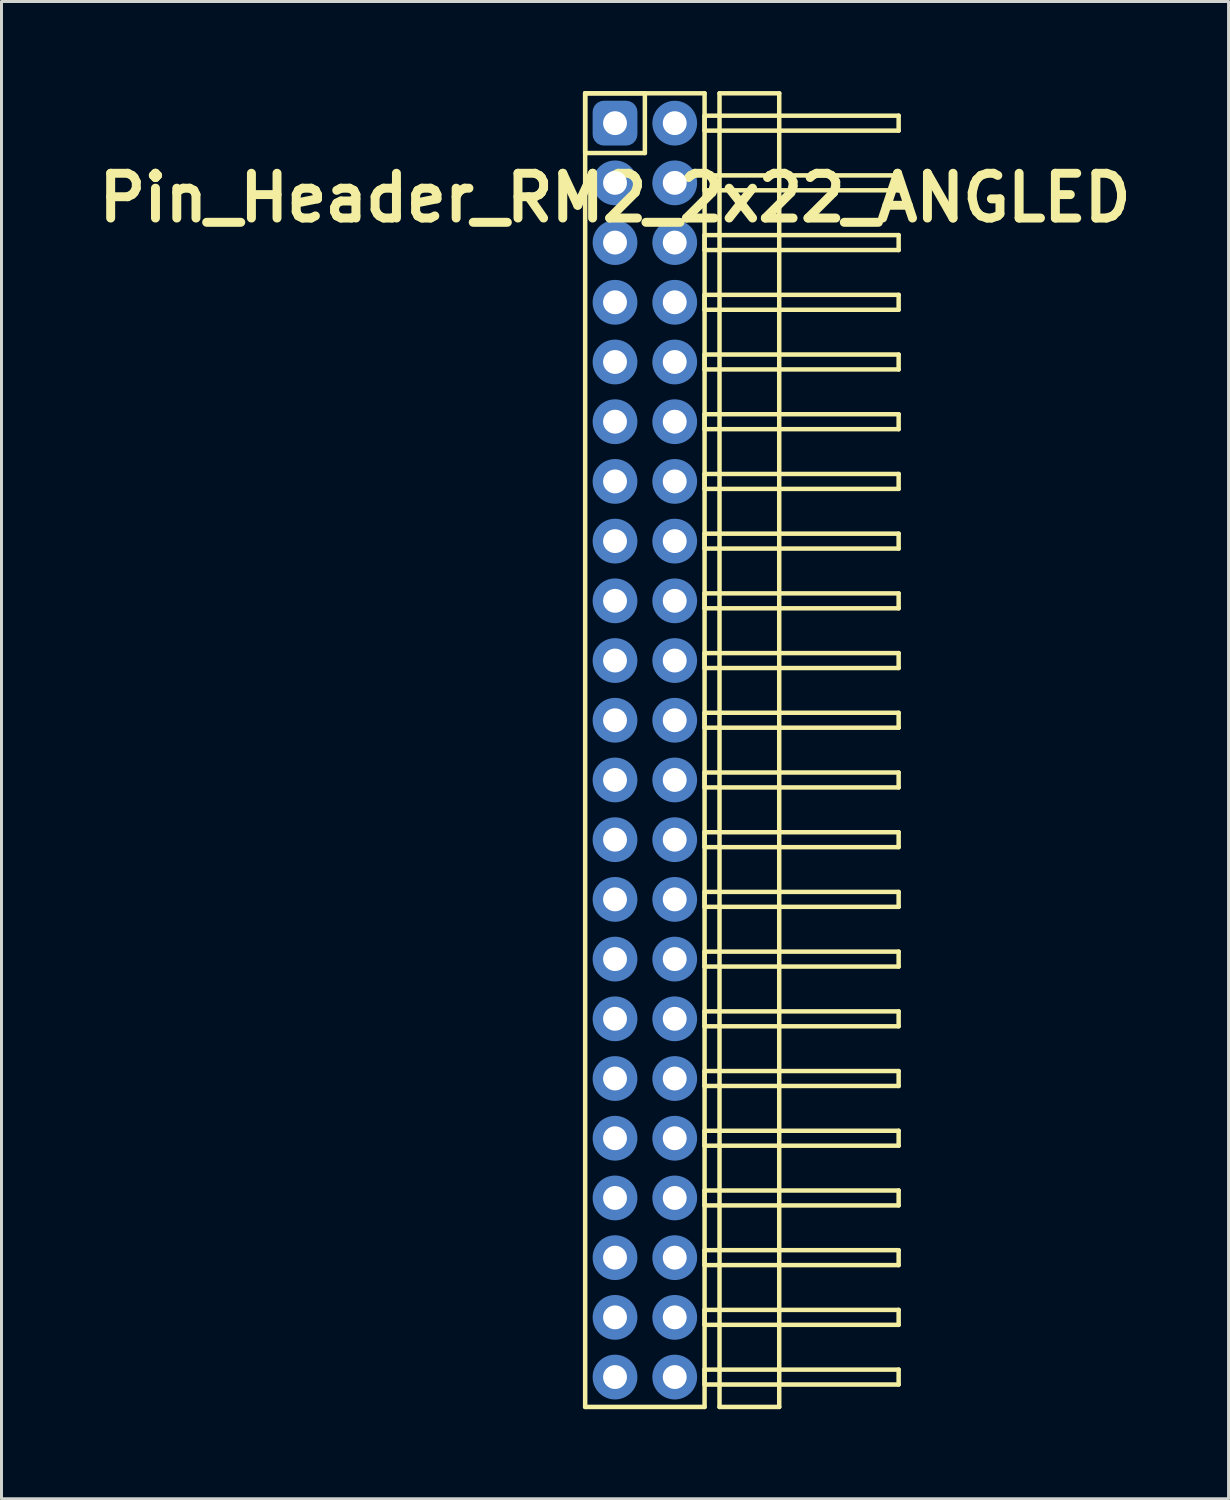
<source format=kicad_pcb>
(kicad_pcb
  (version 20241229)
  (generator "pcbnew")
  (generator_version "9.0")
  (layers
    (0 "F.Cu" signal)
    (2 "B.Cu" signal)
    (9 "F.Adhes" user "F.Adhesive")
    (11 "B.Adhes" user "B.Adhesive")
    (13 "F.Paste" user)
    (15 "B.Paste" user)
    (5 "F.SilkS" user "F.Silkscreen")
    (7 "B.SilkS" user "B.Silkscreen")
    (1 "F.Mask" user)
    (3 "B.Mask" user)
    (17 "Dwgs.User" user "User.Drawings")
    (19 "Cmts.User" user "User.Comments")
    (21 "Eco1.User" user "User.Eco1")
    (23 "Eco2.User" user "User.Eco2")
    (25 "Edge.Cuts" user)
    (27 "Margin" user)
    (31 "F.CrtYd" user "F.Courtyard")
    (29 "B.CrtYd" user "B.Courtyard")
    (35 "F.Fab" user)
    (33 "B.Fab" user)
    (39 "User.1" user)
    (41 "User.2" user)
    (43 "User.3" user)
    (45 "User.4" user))
  (footprint "Pin_Header_RM2_2x22_ANGLED"
    (layer "F.Cu")
    (at 17.55 1.075)
    (property "Reference" "Pin_Header_RM2_2x22_ANGLED" (at 0 2.5 0) (layer "F.SilkS") (effects (font (size 1.5 1.5) (thickness 0.3))))
    (attr through_hole)
    (fp_line (start -1 -1) (end 1 -1) (stroke (width 0.15) (type solid)) (layer "F.SilkS"))
    (fp_line (start -1 -1) (end 3 -1) (stroke (width 0.15) (type solid)) (layer "F.SilkS"))
    (fp_line (start -1 1) (end -1 -1) (stroke (width 0.15) (type solid)) (layer "F.SilkS"))
    (fp_line (start -1 43) (end -1 -1) (stroke (width 0.15) (type solid)) (layer "F.SilkS"))
    (fp_line (start 1 -1) (end 1 1) (stroke (width 0.15) (type solid)) (layer "F.SilkS"))
    (fp_line (start 1 1) (end -1 1) (stroke (width 0.15) (type solid)) (layer "F.SilkS"))
    (fp_line (start 3 -1) (end 3 43) (stroke (width 0.15) (type solid)) (layer "F.SilkS"))
    (fp_line (start 3 -0.25) (end 9.5 -0.25) (stroke (width 0.15) (type solid)) (layer "F.SilkS"))
    (fp_line (start 3 0.25) (end 3 -0.25) (stroke (width 0.15) (type solid)) (layer "F.SilkS"))
    (fp_line (start 3 1.75) (end 9.5 1.75) (stroke (width 0.15) (type solid)) (layer "F.SilkS"))
    (fp_line (start 3 2.25) (end 3 1.75) (stroke (width 0.15) (type solid)) (layer "F.SilkS"))
    (fp_line (start 3 3.75) (end 9.5 3.75) (stroke (width 0.15) (type solid)) (layer "F.SilkS"))
    (fp_line (start 3 4.25) (end 3 3.75) (stroke (width 0.15) (type solid)) (layer "F.SilkS"))
    (fp_line (start 3 5.75) (end 9.5 5.75) (stroke (width 0.15) (type solid)) (layer "F.SilkS"))
    (fp_line (start 3 6.25) (end 3 5.75) (stroke (width 0.15) (type solid)) (layer "F.SilkS"))
    (fp_line (start 3 7.75) (end 9.5 7.75) (stroke (width 0.15) (type solid)) (layer "F.SilkS"))
    (fp_line (start 3 8.25) (end 3 7.75) (stroke (width 0.15) (type solid)) (layer "F.SilkS"))
    (fp_line (start 3 9.75) (end 9.5 9.75) (stroke (width 0.15) (type solid)) (layer "F.SilkS"))
    (fp_line (start 3 10.25) (end 3 9.75) (stroke (width 0.15) (type solid)) (layer "F.SilkS"))
    (fp_line (start 3 11.75) (end 9.5 11.75) (stroke (width 0.15) (type solid)) (layer "F.SilkS"))
    (fp_line (start 3 12.25) (end 3 11.75) (stroke (width 0.15) (type solid)) (layer "F.SilkS"))
    (fp_line (start 3 13.75) (end 9.5 13.75) (stroke (width 0.15) (type solid)) (layer "F.SilkS"))
    (fp_line (start 3 14.25) (end 3 13.75) (stroke (width 0.15) (type solid)) (layer "F.SilkS"))
    (fp_line (start 3 15.75) (end 9.5 15.75) (stroke (width 0.15) (type solid)) (layer "F.SilkS"))
    (fp_line (start 3 16.25) (end 3 15.75) (stroke (width 0.15) (type solid)) (layer "F.SilkS"))
    (fp_line (start 3 17.75) (end 9.5 17.75) (stroke (width 0.15) (type solid)) (layer "F.SilkS"))
    (fp_line (start 3 18.25) (end 3 17.75) (stroke (width 0.15) (type solid)) (layer "F.SilkS"))
    (fp_line (start 3 19.75) (end 9.5 19.75) (stroke (width 0.15) (type solid)) (layer "F.SilkS"))
    (fp_line (start 3 20.25) (end 3 19.75) (stroke (width 0.15) (type solid)) (layer "F.SilkS"))
    (fp_line (start 3 21.75) (end 9.5 21.75) (stroke (width 0.15) (type solid)) (layer "F.SilkS"))
    (fp_line (start 3 22.25) (end 3 21.75) (stroke (width 0.15) (type solid)) (layer "F.SilkS"))
    (fp_line (start 3 23.75) (end 9.5 23.75) (stroke (width 0.15) (type solid)) (layer "F.SilkS"))
    (fp_line (start 3 24.25) (end 3 23.75) (stroke (width 0.15) (type solid)) (layer "F.SilkS"))
    (fp_line (start 3 25.75) (end 9.5 25.75) (stroke (width 0.15) (type solid)) (layer "F.SilkS"))
    (fp_line (start 3 26.25) (end 3 25.75) (stroke (width 0.15) (type solid)) (layer "F.SilkS"))
    (fp_line (start 3 27.75) (end 9.5 27.75) (stroke (width 0.15) (type solid)) (layer "F.SilkS"))
    (fp_line (start 3 28.25) (end 3 27.75) (stroke (width 0.15) (type solid)) (layer "F.SilkS"))
    (fp_line (start 3 29.75) (end 9.5 29.75) (stroke (width 0.15) (type solid)) (layer "F.SilkS"))
    (fp_line (start 3 30.25) (end 3 29.75) (stroke (width 0.15) (type solid)) (layer "F.SilkS"))
    (fp_line (start 3 31.75) (end 9.5 31.75) (stroke (width 0.15) (type solid)) (layer "F.SilkS"))
    (fp_line (start 3 32.25) (end 3 31.75) (stroke (width 0.15) (type solid)) (layer "F.SilkS"))
    (fp_line (start 3 33.75) (end 9.5 33.75) (stroke (width 0.15) (type solid)) (layer "F.SilkS"))
    (fp_line (start 3 34.25) (end 3 33.75) (stroke (width 0.15) (type solid)) (layer "F.SilkS"))
    (fp_line (start 3 35.75) (end 9.5 35.75) (stroke (width 0.15) (type solid)) (layer "F.SilkS"))
    (fp_line (start 3 36.25) (end 3 35.75) (stroke (width 0.15) (type solid)) (layer "F.SilkS"))
    (fp_line (start 3 37.75) (end 9.5 37.75) (stroke (width 0.15) (type solid)) (layer "F.SilkS"))
    (fp_line (start 3 38.25) (end 3 37.75) (stroke (width 0.15) (type solid)) (layer "F.SilkS"))
    (fp_line (start 3 39.75) (end 9.5 39.75) (stroke (width 0.15) (type solid)) (layer "F.SilkS"))
    (fp_line (start 3 40.25) (end 3 39.75) (stroke (width 0.15) (type solid)) (layer "F.SilkS"))
    (fp_line (start 3 41.75) (end 9.5 41.75) (stroke (width 0.15) (type solid)) (layer "F.SilkS"))
    (fp_line (start 3 42.25) (end 3 41.75) (stroke (width 0.15) (type solid)) (layer "F.SilkS"))
    (fp_line (start 3 43) (end -1 43) (stroke (width 0.15) (type solid)) (layer "F.SilkS"))
    (fp_line (start 3.5 -1) (end 5.5 -1) (stroke (width 0.15) (type solid)) (layer "F.SilkS"))
    (fp_line (start 3.5 43) (end 3.5 -1) (stroke (width 0.15) (type solid)) (layer "F.SilkS"))
    (fp_line (start 5.5 -1) (end 5.5 43) (stroke (width 0.15) (type solid)) (layer "F.SilkS"))
    (fp_line (start 5.5 43) (end 3.5 43) (stroke (width 0.15) (type solid)) (layer "F.SilkS"))
    (fp_line (start 9.5 -0.25) (end 9.5 0.25) (stroke (width 0.15) (type solid)) (layer "F.SilkS"))
    (fp_line (start 9.5 0.25) (end 3 0.25) (stroke (width 0.15) (type solid)) (layer "F.SilkS"))
    (fp_line (start 9.5 1.75) (end 9.5 2.25) (stroke (width 0.15) (type solid)) (layer "F.SilkS"))
    (fp_line (start 9.5 2.25) (end 3 2.25) (stroke (width 0.15) (type solid)) (layer "F.SilkS"))
    (fp_line (start 9.5 3.75) (end 9.5 4.25) (stroke (width 0.15) (type solid)) (layer "F.SilkS"))
    (fp_line (start 9.5 4.25) (end 3 4.25) (stroke (width 0.15) (type solid)) (layer "F.SilkS"))
    (fp_line (start 9.5 5.75) (end 9.5 6.25) (stroke (width 0.15) (type solid)) (layer "F.SilkS"))
    (fp_line (start 9.5 6.25) (end 3 6.25) (stroke (width 0.15) (type solid)) (layer "F.SilkS"))
    (fp_line (start 9.5 7.75) (end 9.5 8.25) (stroke (width 0.15) (type solid)) (layer "F.SilkS"))
    (fp_line (start 9.5 8.25) (end 3 8.25) (stroke (width 0.15) (type solid)) (layer "F.SilkS"))
    (fp_line (start 9.5 9.75) (end 9.5 10.25) (stroke (width 0.15) (type solid)) (layer "F.SilkS"))
    (fp_line (start 9.5 10.25) (end 3 10.25) (stroke (width 0.15) (type solid)) (layer "F.SilkS"))
    (fp_line (start 9.5 11.75) (end 9.5 12.25) (stroke (width 0.15) (type solid)) (layer "F.SilkS"))
    (fp_line (start 9.5 12.25) (end 3 12.25) (stroke (width 0.15) (type solid)) (layer "F.SilkS"))
    (fp_line (start 9.5 13.75) (end 9.5 14.25) (stroke (width 0.15) (type solid)) (layer "F.SilkS"))
    (fp_line (start 9.5 14.25) (end 3 14.25) (stroke (width 0.15) (type solid)) (layer "F.SilkS"))
    (fp_line (start 9.5 15.75) (end 9.5 16.25) (stroke (width 0.15) (type solid)) (layer "F.SilkS"))
    (fp_line (start 9.5 16.25) (end 3 16.25) (stroke (width 0.15) (type solid)) (layer "F.SilkS"))
    (fp_line (start 9.5 17.75) (end 9.5 18.25) (stroke (width 0.15) (type solid)) (layer "F.SilkS"))
    (fp_line (start 9.5 18.25) (end 3 18.25) (stroke (width 0.15) (type solid)) (layer "F.SilkS"))
    (fp_line (start 9.5 19.75) (end 9.5 20.25) (stroke (width 0.15) (type solid)) (layer "F.SilkS"))
    (fp_line (start 9.5 20.25) (end 3 20.25) (stroke (width 0.15) (type solid)) (layer "F.SilkS"))
    (fp_line (start 9.5 21.75) (end 9.5 22.25) (stroke (width 0.15) (type solid)) (layer "F.SilkS"))
    (fp_line (start 9.5 22.25) (end 3 22.25) (stroke (width 0.15) (type solid)) (layer "F.SilkS"))
    (fp_line (start 9.5 23.75) (end 9.5 24.25) (stroke (width 0.15) (type solid)) (layer "F.SilkS"))
    (fp_line (start 9.5 24.25) (end 3 24.25) (stroke (width 0.15) (type solid)) (layer "F.SilkS"))
    (fp_line (start 9.5 25.75) (end 9.5 26.25) (stroke (width 0.15) (type solid)) (layer "F.SilkS"))
    (fp_line (start 9.5 26.25) (end 3 26.25) (stroke (width 0.15) (type solid)) (layer "F.SilkS"))
    (fp_line (start 9.5 27.75) (end 9.5 28.25) (stroke (width 0.15) (type solid)) (layer "F.SilkS"))
    (fp_line (start 9.5 28.25) (end 3 28.25) (stroke (width 0.15) (type solid)) (layer "F.SilkS"))
    (fp_line (start 9.5 29.75) (end 9.5 30.25) (stroke (width 0.15) (type solid)) (layer "F.SilkS"))
    (fp_line (start 9.5 30.25) (end 3 30.25) (stroke (width 0.15) (type solid)) (layer "F.SilkS"))
    (fp_line (start 9.5 31.75) (end 9.5 32.25) (stroke (width 0.15) (type solid)) (layer "F.SilkS"))
    (fp_line (start 9.5 32.25) (end 3 32.25) (stroke (width 0.15) (type solid)) (layer "F.SilkS"))
    (fp_line (start 9.5 33.75) (end 9.5 34.25) (stroke (width 0.15) (type solid)) (layer "F.SilkS"))
    (fp_line (start 9.5 34.25) (end 3 34.25) (stroke (width 0.15) (type solid)) (layer "F.SilkS"))
    (fp_line (start 9.5 35.75) (end 9.5 36.25) (stroke (width 0.15) (type solid)) (layer "F.SilkS"))
    (fp_line (start 9.5 36.25) (end 3 36.25) (stroke (width 0.15) (type solid)) (layer "F.SilkS"))
    (fp_line (start 9.5 37.75) (end 9.5 38.25) (stroke (width 0.15) (type solid)) (layer "F.SilkS"))
    (fp_line (start 9.5 38.25) (end 3 38.25) (stroke (width 0.15) (type solid)) (layer "F.SilkS"))
    (fp_line (start 9.5 39.75) (end 9.5 40.25) (stroke (width 0.15) (type solid)) (layer "F.SilkS"))
    (fp_line (start 9.5 40.25) (end 3 40.25) (stroke (width 0.15) (type solid)) (layer "F.SilkS"))
    (fp_line (start 9.5 41.75) (end 9.5 42.25) (stroke (width 0.15) (type solid)) (layer "F.SilkS"))
    (fp_line (start 9.5 42.25) (end 3 42.25) (stroke (width 0.15) (type solid)) (layer "F.SilkS"))
    (pad "1" thru_hole circle (at 0 0) (size 1.1 1.1) (drill 0.8) (layers "*.Cu" "*.Mask"))
    (pad "1" smd roundrect (at 0 0) (size 1.25 1.25) (layers "F.Cu" "F.Mask") (roundrect_rratio 0.25))
    (pad "1" smd roundrect (at 0 0) (size 1.5 1.5) (layers "B.Cu" "B.Mask") (roundrect_rratio 0.25))
    (pad "2" thru_hole circle (at 2 0) (size 1.1 1.1) (drill 0.8) (layers "*.Cu" "*.Mask"))
    (pad "2" smd circle (at 2 0) (size 1.25 1.25) (layers "F.Cu" "F.Mask"))
    (pad "2" smd circle (at 2 0) (size 1.5 1.5) (layers "B.Cu" "B.Mask"))
    (pad "3" thru_hole circle (at 0 2) (size 1.1 1.1) (drill 0.8) (layers "*.Cu" "*.Mask"))
    (pad "3" smd circle (at 0 2) (size 1.25 1.25) (layers "F.Cu" "F.Mask"))
    (pad "3" smd circle (at 0 2) (size 1.5 1.5) (layers "B.Cu" "B.Mask"))
    (pad "4" thru_hole circle (at 2 2) (size 1.1 1.1) (drill 0.8) (layers "*.Cu" "*.Mask"))
    (pad "4" smd circle (at 2 2) (size 1.25 1.25) (layers "F.Cu" "F.Mask"))
    (pad "4" smd circle (at 2 2) (size 1.5 1.5) (layers "B.Cu" "B.Mask"))
    (pad "5" thru_hole circle (at 0 4) (size 1.1 1.1) (drill 0.8) (layers "*.Cu" "*.Mask"))
    (pad "5" smd circle (at 0 4) (size 1.25 1.25) (layers "F.Cu" "F.Mask"))
    (pad "5" smd circle (at 0 4) (size 1.5 1.5) (layers "B.Cu" "B.Mask"))
    (pad "6" thru_hole circle (at 2 4) (size 1.1 1.1) (drill 0.8) (layers "*.Cu" "*.Mask"))
    (pad "6" smd circle (at 2 4) (size 1.25 1.25) (layers "F.Cu" "F.Mask"))
    (pad "6" smd circle (at 2 4) (size 1.5 1.5) (layers "B.Cu" "B.Mask"))
    (pad "7" thru_hole circle (at 0 6) (size 1.1 1.1) (drill 0.8) (layers "*.Cu" "*.Mask"))
    (pad "7" smd circle (at 0 6) (size 1.25 1.25) (layers "F.Cu" "F.Mask"))
    (pad "7" smd circle (at 0 6) (size 1.5 1.5) (layers "B.Cu" "B.Mask"))
    (pad "8" thru_hole circle (at 2 6) (size 1.1 1.1) (drill 0.8) (layers "*.Cu" "*.Mask"))
    (pad "8" smd circle (at 2 6) (size 1.25 1.25) (layers "F.Cu" "F.Mask"))
    (pad "8" smd circle (at 2 6) (size 1.5 1.5) (layers "B.Cu" "B.Mask"))
    (pad "9" thru_hole circle (at 0 8) (size 1.1 1.1) (drill 0.8) (layers "*.Cu" "*.Mask"))
    (pad "9" smd circle (at 0 8) (size 1.25 1.25) (layers "F.Cu" "F.Mask"))
    (pad "9" smd circle (at 0 8) (size 1.5 1.5) (layers "B.Cu" "B.Mask"))
    (pad "10" thru_hole circle (at 2 8) (size 1.1 1.1) (drill 0.8) (layers "*.Cu" "*.Mask"))
    (pad "10" smd circle (at 2 8) (size 1.25 1.25) (layers "F.Cu" "F.Mask"))
    (pad "10" smd circle (at 2 8) (size 1.5 1.5) (layers "B.Cu" "B.Mask"))
    (pad "11" thru_hole circle (at 0 10) (size 1.1 1.1) (drill 0.8) (layers "*.Cu" "*.Mask"))
    (pad "11" smd circle (at 0 10) (size 1.25 1.25) (layers "F.Cu" "F.Mask"))
    (pad "11" smd circle (at 0 10) (size 1.5 1.5) (layers "B.Cu" "B.Mask"))
    (pad "12" thru_hole circle (at 2 10) (size 1.1 1.1) (drill 0.8) (layers "*.Cu" "*.Mask"))
    (pad "12" smd circle (at 2 10) (size 1.25 1.25) (layers "F.Cu" "F.Mask"))
    (pad "12" smd circle (at 2 10) (size 1.5 1.5) (layers "B.Cu" "B.Mask"))
    (pad "13" thru_hole circle (at 0 12) (size 1.1 1.1) (drill 0.8) (layers "*.Cu" "*.Mask"))
    (pad "13" smd circle (at 0 12) (size 1.25 1.25) (layers "F.Cu" "F.Mask"))
    (pad "13" smd circle (at 0 12) (size 1.5 1.5) (layers "B.Cu" "B.Mask"))
    (pad "14" thru_hole circle (at 2 12) (size 1.1 1.1) (drill 0.8) (layers "*.Cu" "*.Mask"))
    (pad "14" smd circle (at 2 12) (size 1.25 1.25) (layers "F.Cu" "F.Mask"))
    (pad "14" smd circle (at 2 12) (size 1.5 1.5) (layers "B.Cu" "B.Mask"))
    (pad "15" thru_hole circle (at 0 14) (size 1.1 1.1) (drill 0.8) (layers "*.Cu" "*.Mask"))
    (pad "15" smd circle (at 0 14) (size 1.25 1.25) (layers "F.Cu" "F.Mask"))
    (pad "15" smd circle (at 0 14) (size 1.5 1.5) (layers "B.Cu" "B.Mask"))
    (pad "16" thru_hole circle (at 2 14) (size 1.1 1.1) (drill 0.8) (layers "*.Cu" "*.Mask"))
    (pad "16" smd circle (at 2 14) (size 1.25 1.25) (layers "F.Cu" "F.Mask"))
    (pad "16" smd circle (at 2 14) (size 1.5 1.5) (layers "B.Cu" "B.Mask"))
    (pad "17" thru_hole circle (at 0 16) (size 1.1 1.1) (drill 0.8) (layers "*.Cu" "*.Mask"))
    (pad "17" smd circle (at 0 16) (size 1.25 1.25) (layers "F.Cu" "F.Mask"))
    (pad "17" smd circle (at 0 16) (size 1.5 1.5) (layers "B.Cu" "B.Mask"))
    (pad "18" thru_hole circle (at 2 16) (size 1.1 1.1) (drill 0.8) (layers "*.Cu" "*.Mask"))
    (pad "18" smd circle (at 2 16) (size 1.25 1.25) (layers "F.Cu" "F.Mask"))
    (pad "18" smd circle (at 2 16) (size 1.5 1.5) (layers "B.Cu" "B.Mask"))
    (pad "19" thru_hole circle (at 0 18) (size 1.1 1.1) (drill 0.8) (layers "*.Cu" "*.Mask"))
    (pad "19" smd circle (at 0 18) (size 1.25 1.25) (layers "F.Cu" "F.Mask"))
    (pad "19" smd circle (at 0 18) (size 1.5 1.5) (layers "B.Cu" "B.Mask"))
    (pad "20" thru_hole circle (at 2 18) (size 1.1 1.1) (drill 0.8) (layers "*.Cu" "*.Mask"))
    (pad "20" smd circle (at 2 18) (size 1.25 1.25) (layers "F.Cu" "F.Mask"))
    (pad "20" smd circle (at 2 18) (size 1.5 1.5) (layers "B.Cu" "B.Mask"))
    (pad "21" thru_hole circle (at 0 20) (size 1.1 1.1) (drill 0.8) (layers "*.Cu" "*.Mask"))
    (pad "21" smd circle (at 0 20) (size 1.25 1.25) (layers "F.Cu" "F.Mask"))
    (pad "21" smd circle (at 0 20) (size 1.5 1.5) (layers "B.Cu" "B.Mask"))
    (pad "22" thru_hole circle (at 2 20) (size 1.1 1.1) (drill 0.8) (layers "*.Cu" "*.Mask"))
    (pad "22" smd circle (at 2 20) (size 1.25 1.25) (layers "F.Cu" "F.Mask"))
    (pad "22" smd circle (at 2 20) (size 1.5 1.5) (layers "B.Cu" "B.Mask"))
    (pad "23" thru_hole circle (at 0 22) (size 1.1 1.1) (drill 0.8) (layers "*.Cu" "*.Mask"))
    (pad "23" smd circle (at 0 22) (size 1.25 1.25) (layers "F.Cu" "F.Mask"))
    (pad "23" smd circle (at 0 22) (size 1.5 1.5) (layers "B.Cu" "B.Mask"))
    (pad "24" thru_hole circle (at 2 22) (size 1.1 1.1) (drill 0.8) (layers "*.Cu" "*.Mask"))
    (pad "24" smd circle (at 2 22) (size 1.25 1.25) (layers "F.Cu" "F.Mask"))
    (pad "24" smd circle (at 2 22) (size 1.5 1.5) (layers "B.Cu" "B.Mask"))
    (pad "25" thru_hole circle (at 0 24) (size 1.1 1.1) (drill 0.8) (layers "*.Cu" "*.Mask"))
    (pad "25" smd circle (at 0 24) (size 1.25 1.25) (layers "F.Cu" "F.Mask"))
    (pad "25" smd circle (at 0 24) (size 1.5 1.5) (layers "B.Cu" "B.Mask"))
    (pad "26" thru_hole circle (at 2 24) (size 1.1 1.1) (drill 0.8) (layers "*.Cu" "*.Mask"))
    (pad "26" smd circle (at 2 24) (size 1.25 1.25) (layers "F.Cu" "F.Mask"))
    (pad "26" smd circle (at 2 24) (size 1.5 1.5) (layers "B.Cu" "B.Mask"))
    (pad "27" thru_hole circle (at 0 26) (size 1.1 1.1) (drill 0.8) (layers "*.Cu" "*.Mask"))
    (pad "27" smd circle (at 0 26) (size 1.25 1.25) (layers "F.Cu" "F.Mask"))
    (pad "27" smd circle (at 0 26) (size 1.5 1.5) (layers "B.Cu" "B.Mask"))
    (pad "28" thru_hole circle (at 2 26) (size 1.1 1.1) (drill 0.8) (layers "*.Cu" "*.Mask"))
    (pad "28" smd circle (at 2 26) (size 1.25 1.25) (layers "F.Cu" "F.Mask"))
    (pad "28" smd circle (at 2 26) (size 1.5 1.5) (layers "B.Cu" "B.Mask"))
    (pad "29" thru_hole circle (at 0 28) (size 1.1 1.1) (drill 0.8) (layers "*.Cu" "*.Mask"))
    (pad "29" smd circle (at 0 28) (size 1.25 1.25) (layers "F.Cu" "F.Mask"))
    (pad "29" smd circle (at 0 28) (size 1.5 1.5) (layers "B.Cu" "B.Mask"))
    (pad "30" thru_hole circle (at 2 28) (size 1.1 1.1) (drill 0.8) (layers "*.Cu" "*.Mask"))
    (pad "30" smd circle (at 2 28) (size 1.25 1.25) (layers "F.Cu" "F.Mask"))
    (pad "30" smd circle (at 2 28) (size 1.5 1.5) (layers "B.Cu" "B.Mask"))
    (pad "31" thru_hole circle (at 0 30) (size 1.1 1.1) (drill 0.8) (layers "*.Cu" "*.Mask"))
    (pad "31" smd circle (at 0 30) (size 1.25 1.25) (layers "F.Cu" "F.Mask"))
    (pad "31" smd circle (at 0 30) (size 1.5 1.5) (layers "B.Cu" "B.Mask"))
    (pad "32" thru_hole circle (at 2 30) (size 1.1 1.1) (drill 0.8) (layers "*.Cu" "*.Mask"))
    (pad "32" smd circle (at 2 30) (size 1.25 1.25) (layers "F.Cu" "F.Mask"))
    (pad "32" smd circle (at 2 30) (size 1.5 1.5) (layers "B.Cu" "B.Mask"))
    (pad "33" thru_hole circle (at 0 32) (size 1.1 1.1) (drill 0.8) (layers "*.Cu" "*.Mask"))
    (pad "33" smd circle (at 0 32) (size 1.25 1.25) (layers "F.Cu" "F.Mask"))
    (pad "33" smd circle (at 0 32) (size 1.5 1.5) (layers "B.Cu" "B.Mask"))
    (pad "34" thru_hole circle (at 2 32) (size 1.1 1.1) (drill 0.8) (layers "*.Cu" "*.Mask"))
    (pad "34" smd circle (at 2 32) (size 1.25 1.25) (layers "F.Cu" "F.Mask"))
    (pad "34" smd circle (at 2 32) (size 1.5 1.5) (layers "B.Cu" "B.Mask"))
    (pad "35" thru_hole circle (at 0 34) (size 1.1 1.1) (drill 0.8) (layers "*.Cu" "*.Mask"))
    (pad "35" smd circle (at 0 34) (size 1.25 1.25) (layers "F.Cu" "F.Mask"))
    (pad "35" smd circle (at 0 34) (size 1.5 1.5) (layers "B.Cu" "B.Mask"))
    (pad "36" thru_hole circle (at 2 34) (size 1.1 1.1) (drill 0.8) (layers "*.Cu" "*.Mask"))
    (pad "36" smd circle (at 2 34) (size 1.25 1.25) (layers "F.Cu" "F.Mask"))
    (pad "36" smd circle (at 2 34) (size 1.5 1.5) (layers "B.Cu" "B.Mask"))
    (pad "37" thru_hole circle (at 0 36) (size 1.1 1.1) (drill 0.8) (layers "*.Cu" "*.Mask"))
    (pad "37" smd circle (at 0 36) (size 1.25 1.25) (layers "F.Cu" "F.Mask"))
    (pad "37" smd circle (at 0 36) (size 1.5 1.5) (layers "B.Cu" "B.Mask"))
    (pad "38" thru_hole circle (at 2 36) (size 1.1 1.1) (drill 0.8) (layers "*.Cu" "*.Mask"))
    (pad "38" smd circle (at 2 36) (size 1.25 1.25) (layers "F.Cu" "F.Mask"))
    (pad "38" smd circle (at 2 36) (size 1.5 1.5) (layers "B.Cu" "B.Mask"))
    (pad "39" thru_hole circle (at 0 38) (size 1.1 1.1) (drill 0.8) (layers "*.Cu" "*.Mask"))
    (pad "39" smd circle (at 0 38) (size 1.25 1.25) (layers "F.Cu" "F.Mask"))
    (pad "39" smd circle (at 0 38) (size 1.5 1.5) (layers "B.Cu" "B.Mask"))
    (pad "40" thru_hole circle (at 2 38) (size 1.1 1.1) (drill 0.8) (layers "*.Cu" "*.Mask"))
    (pad "40" smd circle (at 2 38) (size 1.25 1.25) (layers "F.Cu" "F.Mask"))
    (pad "40" smd circle (at 2 38) (size 1.5 1.5) (layers "B.Cu" "B.Mask"))
    (pad "41" thru_hole circle (at 0 40) (size 1.1 1.1) (drill 0.8) (layers "*.Cu" "*.Mask"))
    (pad "41" smd circle (at 0 40) (size 1.25 1.25) (layers "F.Cu" "F.Mask"))
    (pad "41" smd circle (at 0 40) (size 1.5 1.5) (layers "B.Cu" "B.Mask"))
    (pad "42" thru_hole circle (at 2 40) (size 1.1 1.1) (drill 0.8) (layers "*.Cu" "*.Mask"))
    (pad "42" smd circle (at 2 40) (size 1.25 1.25) (layers "F.Cu" "F.Mask"))
    (pad "42" smd circle (at 2 40) (size 1.5 1.5) (layers "B.Cu" "B.Mask"))
    (pad "43" thru_hole circle (at 0 42) (size 1.1 1.1) (drill 0.8) (layers "*.Cu" "*.Mask"))
    (pad "43" smd circle (at 0 42) (size 1.25 1.25) (layers "F.Cu" "F.Mask"))
    (pad "43" smd circle (at 0 42) (size 1.5 1.5) (layers "B.Cu" "B.Mask"))
    (pad "44" thru_hole circle (at 2 42) (size 1.1 1.1) (drill 0.8) (layers "*.Cu" "*.Mask"))
    (pad "44" smd circle (at 2 42) (size 1.25 1.25) (layers "F.Cu" "F.Mask"))
    (pad "44" smd circle (at 2 42) (size 1.5 1.5) (layers "B.Cu" "B.Mask")))
  (gr_rect
    (start -3 -3)
    (end 38.1 47.15)
    (stroke (width 0.1) (type default))
    (fill no)
    (layer "Edge.Cuts")))
</source>
